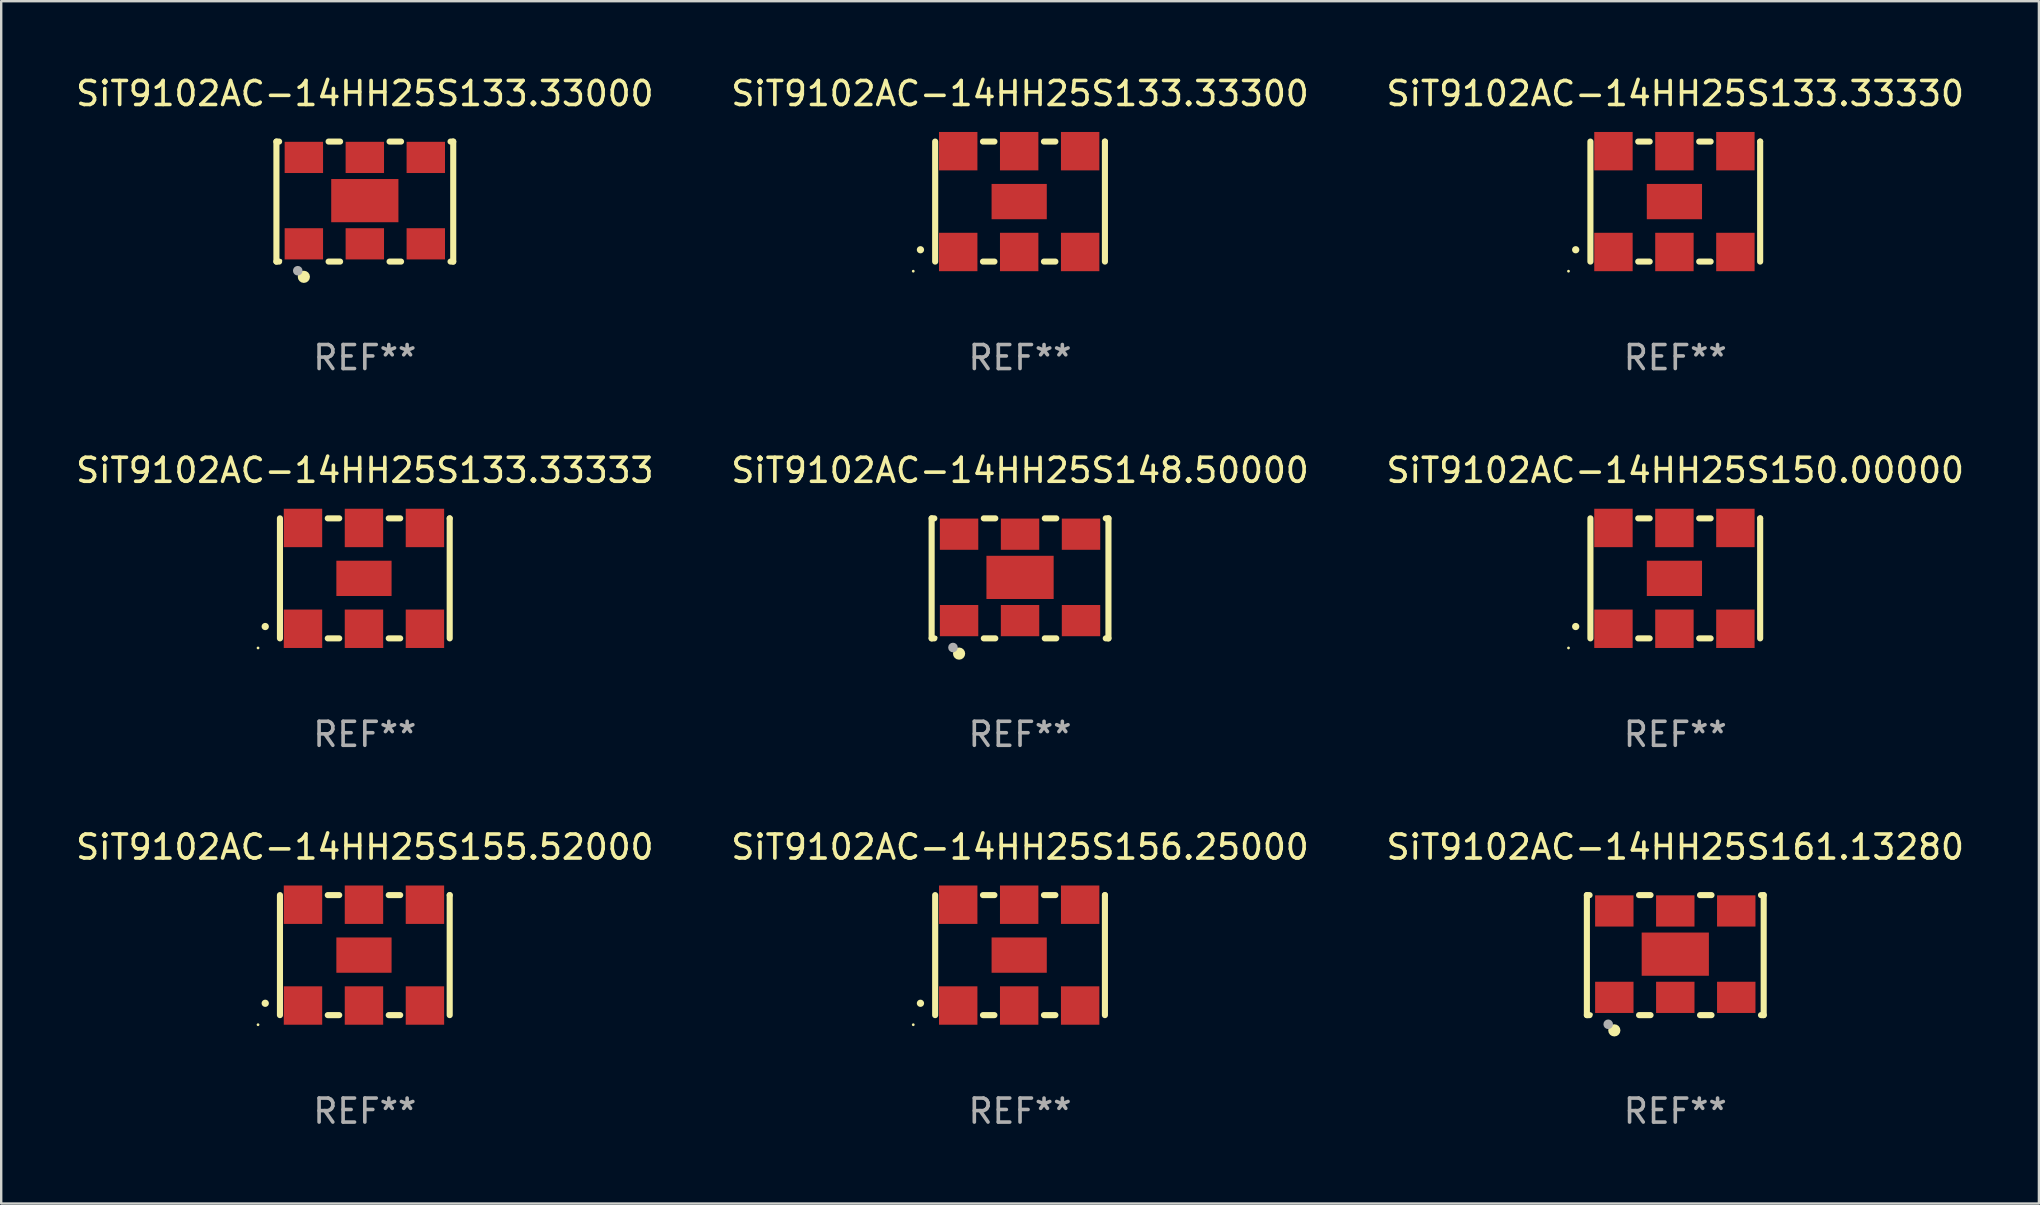
<source format=kicad_pcb>
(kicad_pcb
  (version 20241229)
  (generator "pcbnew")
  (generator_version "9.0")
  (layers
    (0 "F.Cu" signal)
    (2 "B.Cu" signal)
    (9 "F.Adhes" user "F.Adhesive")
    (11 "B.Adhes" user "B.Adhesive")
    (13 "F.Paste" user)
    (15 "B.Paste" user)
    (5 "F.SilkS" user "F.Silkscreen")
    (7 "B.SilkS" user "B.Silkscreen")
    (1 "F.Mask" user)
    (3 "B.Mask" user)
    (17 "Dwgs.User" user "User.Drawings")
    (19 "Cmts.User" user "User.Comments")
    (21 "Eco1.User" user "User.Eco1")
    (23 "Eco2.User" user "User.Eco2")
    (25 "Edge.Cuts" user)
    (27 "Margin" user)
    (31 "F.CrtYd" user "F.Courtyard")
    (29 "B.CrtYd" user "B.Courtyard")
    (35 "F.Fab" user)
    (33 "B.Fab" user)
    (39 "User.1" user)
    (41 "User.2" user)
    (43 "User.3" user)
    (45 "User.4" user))
  (footprint "SiT9102AC-14HH25S148.50000"
    (layer "F.Cu")
    (at 39.446 21.045)
    (property "Reference" "SiT9102AC-14HH25S148.50000" (at 0 -4.5 0) (layer "F.SilkS") (effects (font (size 1 1) (thickness 0.15))))
    (attr through_hole)
    (fp_line (start -3.683 -2.5) (end -3.571 -2.5) (stroke (width 0.254) (type solid)) (layer "F.SilkS"))
    (fp_line (start -3.683 2.5) (end -3.683 -2.5) (stroke (width 0.254) (type solid)) (layer "F.SilkS"))
    (fp_line (start -3.683 2.5) (end -3.571 2.5) (stroke (width 0.254) (type solid)) (layer "F.SilkS"))
    (fp_line (start -1.509 -2.5) (end -1.031 -2.5) (stroke (width 0.254) (type solid)) (layer "F.SilkS"))
    (fp_line (start -1.509 2.5) (end -1.031 2.5) (stroke (width 0.254) (type solid)) (layer "F.SilkS"))
    (fp_line (start 1.031 -2.5) (end 1.509 -2.5) (stroke (width 0.254) (type solid)) (layer "F.SilkS"))
    (fp_line (start 1.031 2.5) (end 1.509 2.5) (stroke (width 0.254) (type solid)) (layer "F.SilkS"))
    (fp_line (start 3.571 -2.5) (end 3.683 -2.5) (stroke (width 0.254) (type solid)) (layer "F.SilkS"))
    (fp_line (start 3.571 2.5) (end 3.683 2.5) (stroke (width 0.254) (type solid)) (layer "F.SilkS"))
    (fp_line (start 3.683 2.5) (end 3.683 -2.5) (stroke (width 0.254) (type solid)) (layer "F.SilkS"))
    (fp_circle (center -3.5 2.46) (end -3.47 2.46) (stroke (width 0.06) (type solid)) (fill no) (layer "F.SilkS"))
    (fp_circle (center -2.54 3.135) (end -2.413 3.135) (stroke (width 0.254) (type solid)) (fill no) (layer "F.SilkS"))
    (fp_circle (center -2.794 2.881) (end -2.694 2.881) (stroke (width 0.2) (type solid)) (fill no) (layer "F.Fab"))
    (fp_text user "REF**" (at 0 6.5 0) (layer "F.Fab") (effects (font (size 1 1) (thickness 0.15))))
    (pad "1" smd rect (at -2.54 1.76) (size 1.6 1.3) (layers "F.Cu" "F.Mask" "F.Paste"))
    (pad "2" smd rect (at 0 1.76) (size 1.6 1.3) (layers "F.Cu" "F.Mask" "F.Paste"))
    (pad "3" smd rect (at 2.54 1.76) (size 1.6 1.3) (layers "F.Cu" "F.Mask" "F.Paste"))
    (pad "4" smd rect (at 2.54 -1.84) (size 1.6 1.3) (layers "F.Cu" "F.Mask" "F.Paste"))
    (pad "5" smd rect (at 0 -1.84) (size 1.6 1.3) (layers "F.Cu" "F.Mask" "F.Paste"))
    (pad "6" smd rect (at -2.54 -1.84) (size 1.6 1.3) (layers "F.Cu" "F.Mask" "F.Paste"))
    (pad "7" smd rect (at 0 -0.04) (size 2.8 1.8) (layers "F.Cu" "F.Mask" "F.Paste")))
  (footprint "SiT9102AC-14HH25S155.52000"
    (layer "F.Cu")
    (at 12.149 36.741)
    (property "Reference" "SiT9102AC-14HH25S155.52000" (at 0 -4.5 0) (layer "F.SilkS") (effects (font (size 1 1) (thickness 0.15))))
    (attr through_hole)
    (fp_line (start -3.536 -2.5) (end -3.536 2.5) (stroke (width 0.254) (type solid)) (layer "F.SilkS"))
    (fp_line (start -1.544 2.5) (end -1.067 2.5) (stroke (width 0.254) (type solid)) (layer "F.SilkS"))
    (fp_line (start -1.067 -2.5) (end -1.544 -2.5) (stroke (width 0.254) (type solid)) (layer "F.SilkS"))
    (fp_line (start 0.996 2.5) (end 1.473 2.5) (stroke (width 0.254) (type solid)) (layer "F.SilkS"))
    (fp_line (start 1.473 -2.5) (end 0.996 -2.5) (stroke (width 0.254) (type solid)) (layer "F.SilkS"))
    (fp_line (start 3.536 -2.5) (end 3.536 -2.5) (stroke (width 0.254) (type solid)) (layer "F.SilkS"))
    (fp_line (start 3.536 2.5) (end 3.536 -2.5) (stroke (width 0.254) (type solid)) (layer "F.SilkS"))
    (fp_arc (start -4.150432 2.006604) (mid -4.149162 2.006599) (end -4.147892 2.006604) (stroke (width 0.3) (type solid)) (layer "F.SilkS"))
    (fp_circle (center -4.449 2.9) (end -4.419 2.9) (stroke (width 0.06) (type solid)) (fill no) (layer "F.SilkS"))
    (fp_text user "REF**" (at 0 6.5 0) (layer "F.Fab") (effects (font (size 1 1) (thickness 0.15))))
    (pad "1" smd rect (at -2.576 2.1) (size 1.6 1.6) (layers "F.Cu" "F.Mask" "F.Paste"))
    (pad "2" smd rect (at -0.036 2.1) (size 1.6 1.6) (layers "F.Cu" "F.Mask" "F.Paste"))
    (pad "3" smd rect (at 2.504 2.1) (size 1.6 1.6) (layers "F.Cu" "F.Mask" "F.Paste"))
    (pad "4" smd rect (at 2.504 -2.1) (size 1.6 1.6) (layers "F.Cu" "F.Mask" "F.Paste"))
    (pad "5" smd rect (at -0.036 -2.1) (size 1.6 1.6) (layers "F.Cu" "F.Mask" "F.Paste"))
    (pad "6" smd rect (at -2.576 -2.1) (size 1.6 1.6) (layers "F.Cu" "F.Mask" "F.Paste"))
    (pad "7" smd rect (at -0.036 0) (size 2.3 1.47) (layers "F.Cu" "F.Mask" "F.Paste")))
  (footprint "SiT9102AC-14HH25S133.33300"
    (layer "F.Cu")
    (at 39.446 5.348)
    (property "Reference" "SiT9102AC-14HH25S133.33300" (at 0 -4.5 0) (layer "F.SilkS") (effects (font (size 1 1) (thickness 0.15))))
    (attr through_hole)
    (fp_line (start -3.536 -2.5) (end -3.536 2.5) (stroke (width 0.254) (type solid)) (layer "F.SilkS"))
    (fp_line (start -1.544 2.5) (end -1.067 2.5) (stroke (width 0.254) (type solid)) (layer "F.SilkS"))
    (fp_line (start -1.067 -2.5) (end -1.544 -2.5) (stroke (width 0.254) (type solid)) (layer "F.SilkS"))
    (fp_line (start 0.996 2.5) (end 1.473 2.5) (stroke (width 0.254) (type solid)) (layer "F.SilkS"))
    (fp_line (start 1.473 -2.5) (end 0.996 -2.5) (stroke (width 0.254) (type solid)) (layer "F.SilkS"))
    (fp_line (start 3.536 -2.5) (end 3.536 -2.5) (stroke (width 0.254) (type solid)) (layer "F.SilkS"))
    (fp_line (start 3.536 2.5) (end 3.536 -2.5) (stroke (width 0.254) (type solid)) (layer "F.SilkS"))
    (fp_arc (start -4.150432 2.006604) (mid -4.149162 2.006599) (end -4.147892 2.006604) (stroke (width 0.3) (type solid)) (layer "F.SilkS"))
    (fp_circle (center -4.449 2.9) (end -4.419 2.9) (stroke (width 0.06) (type solid)) (fill no) (layer "F.SilkS"))
    (fp_text user "REF**" (at 0 6.5 0) (layer "F.Fab") (effects (font (size 1 1) (thickness 0.15))))
    (pad "1" smd rect (at -2.576 2.1) (size 1.6 1.6) (layers "F.Cu" "F.Mask" "F.Paste"))
    (pad "2" smd rect (at -0.036 2.1) (size 1.6 1.6) (layers "F.Cu" "F.Mask" "F.Paste"))
    (pad "3" smd rect (at 2.504 2.1) (size 1.6 1.6) (layers "F.Cu" "F.Mask" "F.Paste"))
    (pad "4" smd rect (at 2.504 -2.1) (size 1.6 1.6) (layers "F.Cu" "F.Mask" "F.Paste"))
    (pad "5" smd rect (at -0.036 -2.1) (size 1.6 1.6) (layers "F.Cu" "F.Mask" "F.Paste"))
    (pad "6" smd rect (at -2.576 -2.1) (size 1.6 1.6) (layers "F.Cu" "F.Mask" "F.Paste"))
    (pad "7" smd rect (at -0.036 0) (size 2.3 1.47) (layers "F.Cu" "F.Mask" "F.Paste")))
  (footprint "SiT9102AC-14HH25S133.33333"
    (layer "F.Cu")
    (at 12.149 21.045)
    (property "Reference" "SiT9102AC-14HH25S133.33333" (at 0 -4.5 0) (layer "F.SilkS") (effects (font (size 1 1) (thickness 0.15))))
    (attr through_hole)
    (fp_line (start -3.536 -2.5) (end -3.536 2.5) (stroke (width 0.254) (type solid)) (layer "F.SilkS"))
    (fp_line (start -1.544 2.5) (end -1.067 2.5) (stroke (width 0.254) (type solid)) (layer "F.SilkS"))
    (fp_line (start -1.067 -2.5) (end -1.544 -2.5) (stroke (width 0.254) (type solid)) (layer "F.SilkS"))
    (fp_line (start 0.996 2.5) (end 1.473 2.5) (stroke (width 0.254) (type solid)) (layer "F.SilkS"))
    (fp_line (start 1.473 -2.5) (end 0.996 -2.5) (stroke (width 0.254) (type solid)) (layer "F.SilkS"))
    (fp_line (start 3.536 -2.5) (end 3.536 -2.5) (stroke (width 0.254) (type solid)) (layer "F.SilkS"))
    (fp_line (start 3.536 2.5) (end 3.536 -2.5) (stroke (width 0.254) (type solid)) (layer "F.SilkS"))
    (fp_arc (start -4.150432 2.006604) (mid -4.149162 2.006599) (end -4.147892 2.006604) (stroke (width 0.3) (type solid)) (layer "F.SilkS"))
    (fp_circle (center -4.449 2.9) (end -4.419 2.9) (stroke (width 0.06) (type solid)) (fill no) (layer "F.SilkS"))
    (fp_text user "REF**" (at 0 6.5 0) (layer "F.Fab") (effects (font (size 1 1) (thickness 0.15))))
    (pad "1" smd rect (at -2.576 2.1) (size 1.6 1.6) (layers "F.Cu" "F.Mask" "F.Paste"))
    (pad "2" smd rect (at -0.036 2.1) (size 1.6 1.6) (layers "F.Cu" "F.Mask" "F.Paste"))
    (pad "3" smd rect (at 2.504 2.1) (size 1.6 1.6) (layers "F.Cu" "F.Mask" "F.Paste"))
    (pad "4" smd rect (at 2.504 -2.1) (size 1.6 1.6) (layers "F.Cu" "F.Mask" "F.Paste"))
    (pad "5" smd rect (at -0.036 -2.1) (size 1.6 1.6) (layers "F.Cu" "F.Mask" "F.Paste"))
    (pad "6" smd rect (at -2.576 -2.1) (size 1.6 1.6) (layers "F.Cu" "F.Mask" "F.Paste"))
    (pad "7" smd rect (at -0.036 0) (size 2.3 1.47) (layers "F.Cu" "F.Mask" "F.Paste")))
  (footprint "SiT9102AC-14HH25S133.33330"
    (layer "F.Cu")
    (at 66.744 5.348)
    (property "Reference" "SiT9102AC-14HH25S133.33330" (at 0 -4.5 0) (layer "F.SilkS") (effects (font (size 1 1) (thickness 0.15))))
    (attr through_hole)
    (fp_line (start -3.536 -2.5) (end -3.536 2.5) (stroke (width 0.254) (type solid)) (layer "F.SilkS"))
    (fp_line (start -1.544 2.5) (end -1.067 2.5) (stroke (width 0.254) (type solid)) (layer "F.SilkS"))
    (fp_line (start -1.067 -2.5) (end -1.544 -2.5) (stroke (width 0.254) (type solid)) (layer "F.SilkS"))
    (fp_line (start 0.996 2.5) (end 1.473 2.5) (stroke (width 0.254) (type solid)) (layer "F.SilkS"))
    (fp_line (start 1.473 -2.5) (end 0.996 -2.5) (stroke (width 0.254) (type solid)) (layer "F.SilkS"))
    (fp_line (start 3.536 -2.5) (end 3.536 -2.5) (stroke (width 0.254) (type solid)) (layer "F.SilkS"))
    (fp_line (start 3.536 2.5) (end 3.536 -2.5) (stroke (width 0.254) (type solid)) (layer "F.SilkS"))
    (fp_arc (start -4.150432 2.006604) (mid -4.149162 2.006599) (end -4.147892 2.006604) (stroke (width 0.3) (type solid)) (layer "F.SilkS"))
    (fp_circle (center -4.449 2.9) (end -4.419 2.9) (stroke (width 0.06) (type solid)) (fill no) (layer "F.SilkS"))
    (fp_text user "REF**" (at 0 6.5 0) (layer "F.Fab") (effects (font (size 1 1) (thickness 0.15))))
    (pad "1" smd rect (at -2.576 2.1) (size 1.6 1.6) (layers "F.Cu" "F.Mask" "F.Paste"))
    (pad "2" smd rect (at -0.036 2.1) (size 1.6 1.6) (layers "F.Cu" "F.Mask" "F.Paste"))
    (pad "3" smd rect (at 2.504 2.1) (size 1.6 1.6) (layers "F.Cu" "F.Mask" "F.Paste"))
    (pad "4" smd rect (at 2.504 -2.1) (size 1.6 1.6) (layers "F.Cu" "F.Mask" "F.Paste"))
    (pad "5" smd rect (at -0.036 -2.1) (size 1.6 1.6) (layers "F.Cu" "F.Mask" "F.Paste"))
    (pad "6" smd rect (at -2.576 -2.1) (size 1.6 1.6) (layers "F.Cu" "F.Mask" "F.Paste"))
    (pad "7" smd rect (at -0.036 0) (size 2.3 1.47) (layers "F.Cu" "F.Mask" "F.Paste")))
  (footprint "SiT9102AC-14HH25S150.00000"
    (layer "F.Cu")
    (at 66.744 21.045)
    (property "Reference" "SiT9102AC-14HH25S150.00000" (at 0 -4.5 0) (layer "F.SilkS") (effects (font (size 1 1) (thickness 0.15))))
    (attr through_hole)
    (fp_line (start -3.536 -2.5) (end -3.536 2.5) (stroke (width 0.254) (type solid)) (layer "F.SilkS"))
    (fp_line (start -1.544 2.5) (end -1.067 2.5) (stroke (width 0.254) (type solid)) (layer "F.SilkS"))
    (fp_line (start -1.067 -2.5) (end -1.544 -2.5) (stroke (width 0.254) (type solid)) (layer "F.SilkS"))
    (fp_line (start 0.996 2.5) (end 1.473 2.5) (stroke (width 0.254) (type solid)) (layer "F.SilkS"))
    (fp_line (start 1.473 -2.5) (end 0.996 -2.5) (stroke (width 0.254) (type solid)) (layer "F.SilkS"))
    (fp_line (start 3.536 -2.5) (end 3.536 -2.5) (stroke (width 0.254) (type solid)) (layer "F.SilkS"))
    (fp_line (start 3.536 2.5) (end 3.536 -2.5) (stroke (width 0.254) (type solid)) (layer "F.SilkS"))
    (fp_arc (start -4.150432 2.006604) (mid -4.149162 2.006599) (end -4.147892 2.006604) (stroke (width 0.3) (type solid)) (layer "F.SilkS"))
    (fp_circle (center -4.449 2.9) (end -4.419 2.9) (stroke (width 0.06) (type solid)) (fill no) (layer "F.SilkS"))
    (fp_text user "REF**" (at 0 6.5 0) (layer "F.Fab") (effects (font (size 1 1) (thickness 0.15))))
    (pad "1" smd rect (at -2.576 2.1) (size 1.6 1.6) (layers "F.Cu" "F.Mask" "F.Paste"))
    (pad "2" smd rect (at -0.036 2.1) (size 1.6 1.6) (layers "F.Cu" "F.Mask" "F.Paste"))
    (pad "3" smd rect (at 2.504 2.1) (size 1.6 1.6) (layers "F.Cu" "F.Mask" "F.Paste"))
    (pad "4" smd rect (at 2.504 -2.1) (size 1.6 1.6) (layers "F.Cu" "F.Mask" "F.Paste"))
    (pad "5" smd rect (at -0.036 -2.1) (size 1.6 1.6) (layers "F.Cu" "F.Mask" "F.Paste"))
    (pad "6" smd rect (at -2.576 -2.1) (size 1.6 1.6) (layers "F.Cu" "F.Mask" "F.Paste"))
    (pad "7" smd rect (at -0.036 0) (size 2.3 1.47) (layers "F.Cu" "F.Mask" "F.Paste")))
  (footprint "SiT9102AC-14HH25S156.25000"
    (layer "F.Cu")
    (at 39.446 36.741)
    (property "Reference" "SiT9102AC-14HH25S156.25000" (at 0 -4.5 0) (layer "F.SilkS") (effects (font (size 1 1) (thickness 0.15))))
    (attr through_hole)
    (fp_line (start -3.536 -2.5) (end -3.536 2.5) (stroke (width 0.254) (type solid)) (layer "F.SilkS"))
    (fp_line (start -1.544 2.5) (end -1.067 2.5) (stroke (width 0.254) (type solid)) (layer "F.SilkS"))
    (fp_line (start -1.067 -2.5) (end -1.544 -2.5) (stroke (width 0.254) (type solid)) (layer "F.SilkS"))
    (fp_line (start 0.996 2.5) (end 1.473 2.5) (stroke (width 0.254) (type solid)) (layer "F.SilkS"))
    (fp_line (start 1.473 -2.5) (end 0.996 -2.5) (stroke (width 0.254) (type solid)) (layer "F.SilkS"))
    (fp_line (start 3.536 -2.5) (end 3.536 -2.5) (stroke (width 0.254) (type solid)) (layer "F.SilkS"))
    (fp_line (start 3.536 2.5) (end 3.536 -2.5) (stroke (width 0.254) (type solid)) (layer "F.SilkS"))
    (fp_arc (start -4.150432 2.006604) (mid -4.149162 2.006599) (end -4.147892 2.006604) (stroke (width 0.3) (type solid)) (layer "F.SilkS"))
    (fp_circle (center -4.449 2.9) (end -4.419 2.9) (stroke (width 0.06) (type solid)) (fill no) (layer "F.SilkS"))
    (fp_text user "REF**" (at 0 6.5 0) (layer "F.Fab") (effects (font (size 1 1) (thickness 0.15))))
    (pad "1" smd rect (at -2.576 2.1) (size 1.6 1.6) (layers "F.Cu" "F.Mask" "F.Paste"))
    (pad "2" smd rect (at -0.036 2.1) (size 1.6 1.6) (layers "F.Cu" "F.Mask" "F.Paste"))
    (pad "3" smd rect (at 2.504 2.1) (size 1.6 1.6) (layers "F.Cu" "F.Mask" "F.Paste"))
    (pad "4" smd rect (at 2.504 -2.1) (size 1.6 1.6) (layers "F.Cu" "F.Mask" "F.Paste"))
    (pad "5" smd rect (at -0.036 -2.1) (size 1.6 1.6) (layers "F.Cu" "F.Mask" "F.Paste"))
    (pad "6" smd rect (at -2.576 -2.1) (size 1.6 1.6) (layers "F.Cu" "F.Mask" "F.Paste"))
    (pad "7" smd rect (at -0.036 0) (size 2.3 1.47) (layers "F.Cu" "F.Mask" "F.Paste")))
  (footprint "SiT9102AC-14HH25S133.33000"
    (layer "F.Cu")
    (at 12.149 5.348)
    (property "Reference" "SiT9102AC-14HH25S133.33000" (at 0 -4.5 0) (layer "F.SilkS") (effects (font (size 1 1) (thickness 0.15))))
    (attr through_hole)
    (fp_line (start -3.683 -2.5) (end -3.571 -2.5) (stroke (width 0.254) (type solid)) (layer "F.SilkS"))
    (fp_line (start -3.683 2.5) (end -3.683 -2.5) (stroke (width 0.254) (type solid)) (layer "F.SilkS"))
    (fp_line (start -3.683 2.5) (end -3.571 2.5) (stroke (width 0.254) (type solid)) (layer "F.SilkS"))
    (fp_line (start -1.509 -2.5) (end -1.031 -2.5) (stroke (width 0.254) (type solid)) (layer "F.SilkS"))
    (fp_line (start -1.509 2.5) (end -1.031 2.5) (stroke (width 0.254) (type solid)) (layer "F.SilkS"))
    (fp_line (start 1.031 -2.5) (end 1.509 -2.5) (stroke (width 0.254) (type solid)) (layer "F.SilkS"))
    (fp_line (start 1.031 2.5) (end 1.509 2.5) (stroke (width 0.254) (type solid)) (layer "F.SilkS"))
    (fp_line (start 3.571 -2.5) (end 3.683 -2.5) (stroke (width 0.254) (type solid)) (layer "F.SilkS"))
    (fp_line (start 3.571 2.5) (end 3.683 2.5) (stroke (width 0.254) (type solid)) (layer "F.SilkS"))
    (fp_line (start 3.683 2.5) (end 3.683 -2.5) (stroke (width 0.254) (type solid)) (layer "F.SilkS"))
    (fp_circle (center -3.5 2.46) (end -3.47 2.46) (stroke (width 0.06) (type solid)) (fill no) (layer "F.SilkS"))
    (fp_circle (center -2.54 3.135) (end -2.413 3.135) (stroke (width 0.254) (type solid)) (fill no) (layer "F.SilkS"))
    (fp_circle (center -2.794 2.881) (end -2.694 2.881) (stroke (width 0.2) (type solid)) (fill no) (layer "F.Fab"))
    (fp_text user "REF**" (at 0 6.5 0) (layer "F.Fab") (effects (font (size 1 1) (thickness 0.15))))
    (pad "1" smd rect (at -2.54 1.76) (size 1.6 1.3) (layers "F.Cu" "F.Mask" "F.Paste"))
    (pad "2" smd rect (at 0 1.76) (size 1.6 1.3) (layers "F.Cu" "F.Mask" "F.Paste"))
    (pad "3" smd rect (at 2.54 1.76) (size 1.6 1.3) (layers "F.Cu" "F.Mask" "F.Paste"))
    (pad "4" smd rect (at 2.54 -1.84) (size 1.6 1.3) (layers "F.Cu" "F.Mask" "F.Paste"))
    (pad "5" smd rect (at 0 -1.84) (size 1.6 1.3) (layers "F.Cu" "F.Mask" "F.Paste"))
    (pad "6" smd rect (at -2.54 -1.84) (size 1.6 1.3) (layers "F.Cu" "F.Mask" "F.Paste"))
    (pad "7" smd rect (at 0 -0.04) (size 2.8 1.8) (layers "F.Cu" "F.Mask" "F.Paste")))
  (footprint "SiT9102AC-14HH25S161.13280"
    (layer "F.Cu")
    (at 66.744 36.741)
    (property "Reference" "SiT9102AC-14HH25S161.13280" (at 0 -4.5 0) (layer "F.SilkS") (effects (font (size 1 1) (thickness 0.15))))
    (attr through_hole)
    (fp_line (start -3.683 -2.5) (end -3.571 -2.5) (stroke (width 0.254) (type solid)) (layer "F.SilkS"))
    (fp_line (start -3.683 2.5) (end -3.683 -2.5) (stroke (width 0.254) (type solid)) (layer "F.SilkS"))
    (fp_line (start -3.683 2.5) (end -3.571 2.5) (stroke (width 0.254) (type solid)) (layer "F.SilkS"))
    (fp_line (start -1.509 -2.5) (end -1.031 -2.5) (stroke (width 0.254) (type solid)) (layer "F.SilkS"))
    (fp_line (start -1.509 2.5) (end -1.031 2.5) (stroke (width 0.254) (type solid)) (layer "F.SilkS"))
    (fp_line (start 1.031 -2.5) (end 1.509 -2.5) (stroke (width 0.254) (type solid)) (layer "F.SilkS"))
    (fp_line (start 1.031 2.5) (end 1.509 2.5) (stroke (width 0.254) (type solid)) (layer "F.SilkS"))
    (fp_line (start 3.571 -2.5) (end 3.683 -2.5) (stroke (width 0.254) (type solid)) (layer "F.SilkS"))
    (fp_line (start 3.571 2.5) (end 3.683 2.5) (stroke (width 0.254) (type solid)) (layer "F.SilkS"))
    (fp_line (start 3.683 2.5) (end 3.683 -2.5) (stroke (width 0.254) (type solid)) (layer "F.SilkS"))
    (fp_circle (center -3.5 2.46) (end -3.47 2.46) (stroke (width 0.06) (type solid)) (fill no) (layer "F.SilkS"))
    (fp_circle (center -2.54 3.135) (end -2.413 3.135) (stroke (width 0.254) (type solid)) (fill no) (layer "F.SilkS"))
    (fp_circle (center -2.794 2.881) (end -2.694 2.881) (stroke (width 0.2) (type solid)) (fill no) (layer "F.Fab"))
    (fp_text user "REF**" (at 0 6.5 0) (layer "F.Fab") (effects (font (size 1 1) (thickness 0.15))))
    (pad "1" smd rect (at -2.54 1.76) (size 1.6 1.3) (layers "F.Cu" "F.Mask" "F.Paste"))
    (pad "2" smd rect (at 0 1.76) (size 1.6 1.3) (layers "F.Cu" "F.Mask" "F.Paste"))
    (pad "3" smd rect (at 2.54 1.76) (size 1.6 1.3) (layers "F.Cu" "F.Mask" "F.Paste"))
    (pad "4" smd rect (at 2.54 -1.84) (size 1.6 1.3) (layers "F.Cu" "F.Mask" "F.Paste"))
    (pad "5" smd rect (at 0 -1.84) (size 1.6 1.3) (layers "F.Cu" "F.Mask" "F.Paste"))
    (pad "6" smd rect (at -2.54 -1.84) (size 1.6 1.3) (layers "F.Cu" "F.Mask" "F.Paste"))
    (pad "7" smd rect (at 0 -0.04) (size 2.8 1.8) (layers "F.Cu" "F.Mask" "F.Paste")))
  (gr_rect
    (start -3 -3)
    (end 81.893 47.09)
    (stroke (width 0.1) (type default))
    (fill no)
    (layer "Edge.Cuts")))
</source>
